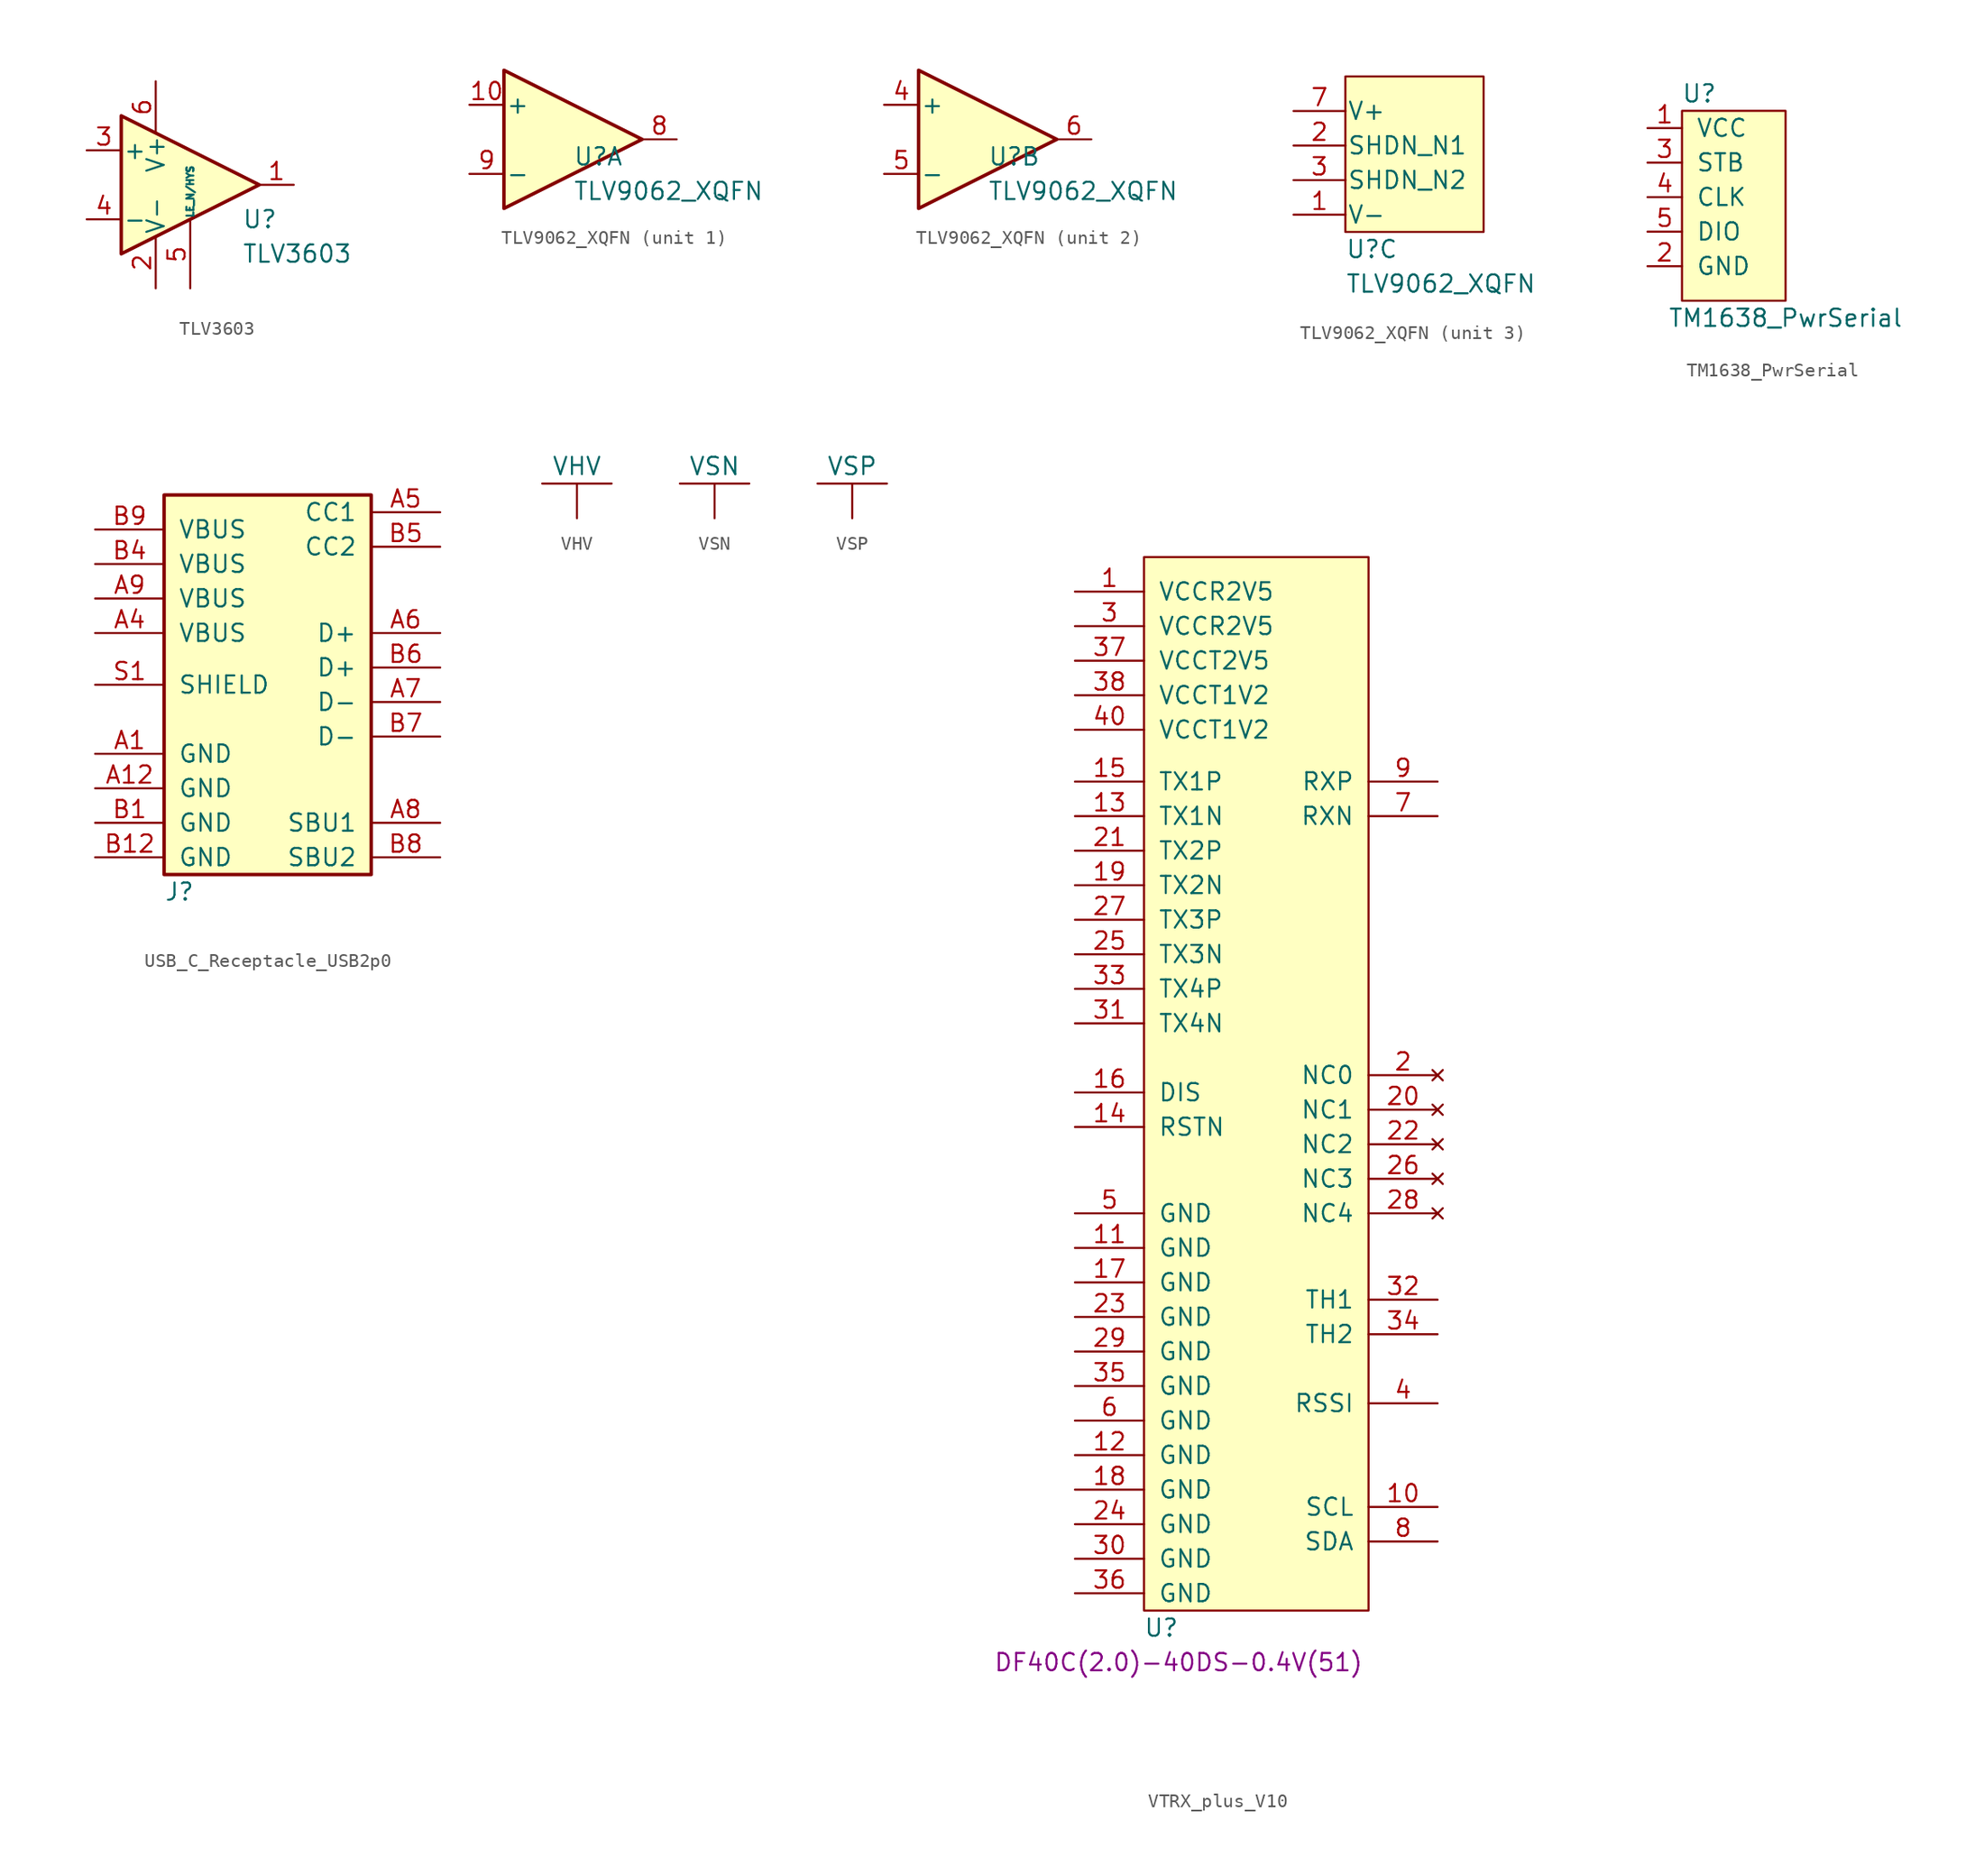
<source format=kicad_sym>
(kicad_symbol_lib
  (version 20220914)
  (generator kicad_symbol_editor)
  (symbol "TLV3603"
    (pin_names
      (offset 0.127))
    (property "Reference" "U"
      (at 3.81 -2.54 0)
      (effects (font (size 1.27 1.27)) (justify left)))
    (property "Value" "TLV3603"
      (at 3.81 -5.08 0)
      (effects (font (size 1.27 1.27)) (justify left)))
    (symbol "TLV3603_0_1"
      (polyline (pts (xy 5.08 0) (xy -5.08 5.08) (xy -5.08 -5.08) (xy 5.08 0)) (stroke (width 0.254) (type solid)) (fill (type background))))
    (symbol "TLV3603_1_1"
      (pin output line (at 7.62 0 180) (length 2.54) (name "~" (effects (font (size 1.27 1.27)))) (number "1" (effects (font (size 1.27 1.27)))))
      (pin power_in line (at -2.54 -7.62 90) (length 3.81) (name "V-" (effects (font (size 1.27 1.27)))) (number "2" (effects (font (size 1.27 1.27)))))
      (pin input line (at -7.62 2.54 0) (length 2.54) (name "+" (effects (font (size 1.27 1.27)))) (number "3" (effects (font (size 1.27 1.27)))))
      (pin input line (at -7.62 -2.54 0) (length 2.54) (name "-" (effects (font (size 1.27 1.27)))) (number "4" (effects (font (size 1.27 1.27)))))
      (pin input line (at 0 -7.62 90) (length 5.004) (name "LE_N/HYS" (effects (font (size 0.508 0.508)))) (number "5" (effects (font (size 1.27 1.27)))))
      (pin power_in line (at -2.54 7.62 270) (length 3.81) (name "V+" (effects (font (size 1.27 1.27)))) (number "6" (effects (font (size 1.27 1.27)))))))
  (symbol "TLV9062_XQFN"
    (pin_names
      (offset 0.127))
    (property "Reference" "U"
      (at 0 -1.27 0)
      (effects (font (size 1.27 1.27)) (justify left)))
    (property "Value" "TLV9062_XQFN"
      (at 0 -3.81 0)
      (effects (font (size 1.27 1.27)) (justify left)))
    (property "ki_locked" ""
      (at 0 0 0)
      (effects (font (size 1.27 1.27))))
    (symbol "TLV9062_XQFN_1_1"
      (polyline (pts (xy -5.08 5.08) (xy 5.08 0) (xy -5.08 -5.08) (xy -5.08 5.08)) (stroke (width 0.254) (type solid)) (fill (type background)))
      (pin input line (at -7.62 2.54 0) (length 2.54) (name "+" (effects (font (size 1.27 1.27)))) (number "10" (effects (font (size 1.27 1.27)))))
      (pin output line (at 7.62 0 180) (length 2.54) (name "~" (effects (font (size 1.27 1.27)))) (number "8" (effects (font (size 1.27 1.27)))))
      (pin input line (at -7.62 -2.54 0) (length 2.54) (name "-" (effects (font (size 1.27 1.27)))) (number "9" (effects (font (size 1.27 1.27))))))
    (symbol "TLV9062_XQFN_2_1"
      (polyline (pts (xy -5.08 5.08) (xy 5.08 0) (xy -5.08 -5.08) (xy -5.08 5.08)) (stroke (width 0.254) (type solid)) (fill (type background)))
      (pin input line (at -7.62 2.54 0) (length 2.54) (name "+" (effects (font (size 1.27 1.27)))) (number "4" (effects (font (size 1.27 1.27)))))
      (pin input line (at -7.62 -2.54 0) (length 2.54) (name "-" (effects (font (size 1.27 1.27)))) (number "5" (effects (font (size 1.27 1.27)))))
      (pin output line (at 7.62 0 180) (length 2.54) (name "~" (effects (font (size 1.27 1.27)))) (number "6" (effects (font (size 1.27 1.27))))))
    (symbol "TLV9062_XQFN_3_1"
      (rectangle (start 0 11.43) (end 10.16 0) (stroke (width 0) (type solid)) (fill (type background)))
      (pin power_in line (at -3.81 1.27 0) (length 3.81) (name "V-" (effects (font (size 1.27 1.27)))) (number "1" (effects (font (size 1.27 1.27)))))
      (pin power_in line (at -3.81 6.35 0) (length 3.81) (name "SHDN_N1" (effects (font (size 1.27 1.27)))) (number "2" (effects (font (size 1.27 1.27)))))
      (pin power_in line (at -3.81 3.81 0) (length 3.81) (name "SHDN_N2" (effects (font (size 1.27 1.27)))) (number "3" (effects (font (size 1.27 1.27)))))
      (pin power_in line (at -3.81 8.89 0) (length 3.81) (name "V+" (effects (font (size 1.27 1.27)))) (number "7" (effects (font (size 1.27 1.27)))))))
  (symbol "TM1638_PwrSerial"
    (pin_names
      (offset 1.016))
    (property "Reference" "U"
      (at -2.54 8.89 0)
      (effects (font (size 1.27 1.27))))
    (property "Value" "TM1638_PwrSerial"
      (at 3.81 -7.62 0)
      (effects (font (size 1.27 1.27))))
    (symbol "TM1638_PwrSerial_0_1"
      (rectangle (start -3.81 7.62) (end 3.81 -6.35) (stroke (width 0) (type solid)) (fill (type background))))
    (symbol "TM1638_PwrSerial_1_1"
      (pin power_in line (at -6.35 6.35 0) (length 2.54) (name "VCC" (effects (font (size 1.27 1.27)))) (number "1" (effects (font (size 1.27 1.27)))))
      (pin power_in line (at -6.35 -3.81 0) (length 2.54) (name "GND" (effects (font (size 1.27 1.27)))) (number "2" (effects (font (size 1.27 1.27)))))
      (pin input line (at -6.35 3.81 0) (length 2.54) (name "STB" (effects (font (size 1.27 1.27)))) (number "3" (effects (font (size 1.27 1.27)))))
      (pin input line (at -6.35 1.27 0) (length 2.54) (name "CLK" (effects (font (size 1.27 1.27)))) (number "4" (effects (font (size 1.27 1.27)))))
      (pin bidirectional line (at -6.35 -1.27 0) (length 2.54) (name "DIO" (effects (font (size 1.27 1.27)))) (number "5" (effects (font (size 1.27 1.27)))))))
  (symbol "USB_C_Receptacle_USB2p0"
    (pin_names
      (offset 1.016))
    (property "Reference" "J"
      (at 0 -1.27 0)
      (effects (font (size 1.27 1.27)) (justify left)))
    (symbol "USB_C_Receptacle_USB2p0_0_1"
      (rectangle (start 0 27.94) (end 15.24 0) (stroke (width 0.254) (type solid)) (fill (type background))))
    (symbol "USB_C_Receptacle_USB2p0_1_1"
      (pin passive line (at -5.08 8.89 0) (length 5.08) (name "GND" (effects (font (size 1.27 1.27)))) (number "A1" (effects (font (size 1.27 1.27)))))
      (pin passive line (at -5.08 6.35 0) (length 5.08) (name "GND" (effects (font (size 1.27 1.27)))) (number "A12" (effects (font (size 1.27 1.27)))))
      (pin passive line (at -5.08 17.78 0) (length 5.08) (name "VBUS" (effects (font (size 1.27 1.27)))) (number "A4" (effects (font (size 1.27 1.27)))))
      (pin bidirectional line (at 20.32 26.67 180) (length 5.08) (name "CC1" (effects (font (size 1.27 1.27)))) (number "A5" (effects (font (size 1.27 1.27)))))
      (pin bidirectional line (at 20.32 17.78 180) (length 5.08) (name "D+" (effects (font (size 1.27 1.27)))) (number "A6" (effects (font (size 1.27 1.27)))))
      (pin bidirectional line (at 20.32 12.7 180) (length 5.08) (name "D-" (effects (font (size 1.27 1.27)))) (number "A7" (effects (font (size 1.27 1.27)))))
      (pin bidirectional line (at 20.32 3.81 180) (length 5.08) (name "SBU1" (effects (font (size 1.27 1.27)))) (number "A8" (effects (font (size 1.27 1.27)))))
      (pin passive line (at -5.08 20.32 0) (length 5.08) (name "VBUS" (effects (font (size 1.27 1.27)))) (number "A9" (effects (font (size 1.27 1.27)))))
      (pin passive line (at -5.08 3.81 0) (length 5.08) (name "GND" (effects (font (size 1.27 1.27)))) (number "B1" (effects (font (size 1.27 1.27)))))
      (pin passive line (at -5.08 1.27 0) (length 5.08) (name "GND" (effects (font (size 1.27 1.27)))) (number "B12" (effects (font (size 1.27 1.27)))))
      (pin passive line (at -5.08 22.86 0) (length 5.08) (name "VBUS" (effects (font (size 1.27 1.27)))) (number "B4" (effects (font (size 1.27 1.27)))))
      (pin bidirectional line (at 20.32 24.13 180) (length 5.08) (name "CC2" (effects (font (size 1.27 1.27)))) (number "B5" (effects (font (size 1.27 1.27)))))
      (pin bidirectional line (at 20.32 15.24 180) (length 5.08) (name "D+" (effects (font (size 1.27 1.27)))) (number "B6" (effects (font (size 1.27 1.27)))))
      (pin bidirectional line (at 20.32 10.16 180) (length 5.08) (name "D-" (effects (font (size 1.27 1.27)))) (number "B7" (effects (font (size 1.27 1.27)))))
      (pin bidirectional line (at 20.32 1.27 180) (length 5.08) (name "SBU2" (effects (font (size 1.27 1.27)))) (number "B8" (effects (font (size 1.27 1.27)))))
      (pin passive line (at -5.08 25.4 0) (length 5.08) (name "VBUS" (effects (font (size 1.27 1.27)))) (number "B9" (effects (font (size 1.27 1.27)))))
      (pin passive line (at -5.08 13.97 0) (length 5.08) (name "SHIELD" (effects (font (size 1.27 1.27)))) (number "S1" (effects (font (size 1.27 1.27)))))))
  (symbol "VHV"
    (power)
    (pin_numbers hide)
    (pin_names
      (offset 0) hide)
    (property "Reference" "#PWR"
      (at 0 0 0)
      (effects (font (size 1.27 1.27)) hide))
    (property "Value" "VHV"
      (at 0 3.81 0)
      (effects (font (size 1.27 1.27))))
    (symbol "VHV_0_1"
      (polyline (pts (xy -2.54 2.54) (xy 2.54 2.54)) (stroke (width 0) (type solid)) (fill (type none))))
    (symbol "VHV_1_1"
      (pin power_in line (at 0 0 90) (length 2.54) (name "VHV" (effects (font (size 1.27 1.27)))) (number "1" (effects (font (size 1.27 1.27)))))))
  (symbol "VSN"
    (power)
    (pin_numbers hide)
    (pin_names
      (offset 0) hide)
    (property "Reference" "#PWR"
      (at 0 0 0)
      (effects (font (size 1.27 1.27)) hide))
    (property "Value" "VSN"
      (at 0 3.81 0)
      (effects (font (size 1.27 1.27))))
    (symbol "VSN_0_1"
      (polyline (pts (xy -2.54 2.54) (xy 2.54 2.54)) (stroke (width 0) (type solid)) (fill (type none))))
    (symbol "VSN_1_1"
      (pin power_in line (at 0 0 90) (length 2.54) (name "VHV" (effects (font (size 1.27 1.27)))) (number "1" (effects (font (size 1.27 1.27)))))))
  (symbol "VSP"
    (power)
    (pin_numbers hide)
    (pin_names
      (offset 0) hide)
    (property "Reference" "#PWR"
      (at 0 0 0)
      (effects (font (size 1.27 1.27)) hide))
    (property "Value" "VSP"
      (at 0 3.81 0)
      (effects (font (size 1.27 1.27))))
    (symbol "VSP_0_1"
      (polyline (pts (xy -2.54 2.54) (xy 2.54 2.54)) (stroke (width 0) (type solid)) (fill (type none))))
    (symbol "VSP_1_1"
      (pin power_in line (at 0 0 90) (length 2.54) (name "VHV" (effects (font (size 1.27 1.27)))) (number "1" (effects (font (size 1.27 1.27)))))))
  (symbol "VTRX_plus_V10"
    (pin_names
      (offset 1.016))
    (property "Reference" "U"
      (at 1.27 -1.27 0)
      (effects (font (size 1.27 1.27))))
    (property "Manufacturer Part Number" "DF40C(2.0)-40DS-0.4V(51)"
      (at 2.54 -3.81 0)
      (effects (font (size 1.27 1.27))))
    (symbol "VTRX_plus_V10_0_0"
      (pin power_in line (at -5.08 74.93 0) (length 5.08) (name "VCCR2V5" (effects (font (size 1.27 1.27)))) (number "1" (effects (font (size 1.27 1.27)))))
      (pin bidirectional line (at 21.59 7.62 180) (length 5.08) (name "SCL" (effects (font (size 1.27 1.27)))) (number "10" (effects (font (size 1.27 1.27)))))
      (pin power_out line (at -5.08 26.67 0) (length 5.08) (name "GND" (effects (font (size 1.27 1.27)))) (number "11" (effects (font (size 1.27 1.27)))))
      (pin power_out line (at -5.08 11.43 0) (length 5.08) (name "GND" (effects (font (size 1.27 1.27)))) (number "12" (effects (font (size 1.27 1.27)))))
      (pin input line (at -5.08 58.42 0) (length 5.08) (name "TX1N" (effects (font (size 1.27 1.27)))) (number "13" (effects (font (size 1.27 1.27)))))
      (pin input line (at -5.08 35.56 0) (length 5.08) (name "RSTN" (effects (font (size 1.27 1.27)))) (number "14" (effects (font (size 1.27 1.27)))))
      (pin input line (at -5.08 60.96 0) (length 5.08) (name "TX1P" (effects (font (size 1.27 1.27)))) (number "15" (effects (font (size 1.27 1.27)))))
      (pin input line (at -5.08 38.1 0) (length 5.08) (name "DIS" (effects (font (size 1.27 1.27)))) (number "16" (effects (font (size 1.27 1.27)))))
      (pin power_out line (at -5.08 24.13 0) (length 5.08) (name "GND" (effects (font (size 1.27 1.27)))) (number "17" (effects (font (size 1.27 1.27)))))
      (pin power_out line (at -5.08 8.89 0) (length 5.08) (name "GND" (effects (font (size 1.27 1.27)))) (number "18" (effects (font (size 1.27 1.27)))))
      (pin input line (at -5.08 53.34 0) (length 5.08) (name "TX2N" (effects (font (size 1.27 1.27)))) (number "19" (effects (font (size 1.27 1.27)))))
      (pin no_connect line (at 21.59 39.37 180) (length 5.08) (name "NC0" (effects (font (size 1.27 1.27)))) (number "2" (effects (font (size 1.27 1.27)))))
      (pin no_connect line (at 21.59 36.83 180) (length 5.08) (name "NC1" (effects (font (size 1.27 1.27)))) (number "20" (effects (font (size 1.27 1.27)))))
      (pin input line (at -5.08 55.88 0) (length 5.08) (name "TX2P" (effects (font (size 1.27 1.27)))) (number "21" (effects (font (size 1.27 1.27)))))
      (pin no_connect line (at 21.59 34.29 180) (length 5.08) (name "NC2" (effects (font (size 1.27 1.27)))) (number "22" (effects (font (size 1.27 1.27)))))
      (pin power_out line (at -5.08 21.59 0) (length 5.08) (name "GND" (effects (font (size 1.27 1.27)))) (number "23" (effects (font (size 1.27 1.27)))))
      (pin power_out line (at -5.08 6.35 0) (length 5.08) (name "GND" (effects (font (size 1.27 1.27)))) (number "24" (effects (font (size 1.27 1.27)))))
      (pin input line (at -5.08 48.26 0) (length 5.08) (name "TX3N" (effects (font (size 1.27 1.27)))) (number "25" (effects (font (size 1.27 1.27)))))
      (pin no_connect line (at 21.59 31.75 180) (length 5.08) (name "NC3" (effects (font (size 1.27 1.27)))) (number "26" (effects (font (size 1.27 1.27)))))
      (pin input line (at -5.08 50.8 0) (length 5.08) (name "TX3P" (effects (font (size 1.27 1.27)))) (number "27" (effects (font (size 1.27 1.27)))))
      (pin no_connect line (at 21.59 29.21 180) (length 5.08) (name "NC4" (effects (font (size 1.27 1.27)))) (number "28" (effects (font (size 1.27 1.27)))))
      (pin power_out line (at -5.08 19.05 0) (length 5.08) (name "GND" (effects (font (size 1.27 1.27)))) (number "29" (effects (font (size 1.27 1.27)))))
      (pin power_in line (at -5.08 72.39 0) (length 5.08) (name "VCCR2V5" (effects (font (size 1.27 1.27)))) (number "3" (effects (font (size 1.27 1.27)))))
      (pin power_out line (at -5.08 3.81 0) (length 5.08) (name "GND" (effects (font (size 1.27 1.27)))) (number "30" (effects (font (size 1.27 1.27)))))
      (pin input line (at -5.08 43.18 0) (length 5.08) (name "TX4N" (effects (font (size 1.27 1.27)))) (number "31" (effects (font (size 1.27 1.27)))))
      (pin bidirectional line (at 21.59 22.86 180) (length 5.08) (name "TH1" (effects (font (size 1.27 1.27)))) (number "32" (effects (font (size 1.27 1.27)))))
      (pin input line (at -5.08 45.72 0) (length 5.08) (name "TX4P" (effects (font (size 1.27 1.27)))) (number "33" (effects (font (size 1.27 1.27)))))
      (pin bidirectional line (at 21.59 20.32 180) (length 5.08) (name "TH2" (effects (font (size 1.27 1.27)))) (number "34" (effects (font (size 1.27 1.27)))))
      (pin power_out line (at -5.08 16.51 0) (length 5.08) (name "GND" (effects (font (size 1.27 1.27)))) (number "35" (effects (font (size 1.27 1.27)))))
      (pin power_out line (at -5.08 1.27 0) (length 5.08) (name "GND" (effects (font (size 1.27 1.27)))) (number "36" (effects (font (size 1.27 1.27)))))
      (pin power_in line (at -5.08 69.85 0) (length 5.08) (name "VCCT2V5" (effects (font (size 1.27 1.27)))) (number "37" (effects (font (size 1.27 1.27)))))
      (pin power_in line (at -5.08 67.31 0) (length 5.08) (name "VCCT1V2" (effects (font (size 1.27 1.27)))) (number "38" (effects (font (size 1.27 1.27)))))
      (pin output line (at 21.59 15.24 180) (length 5.08) (name "RSSI" (effects (font (size 1.27 1.27)))) (number "4" (effects (font (size 1.27 1.27)))))
      (pin power_in line (at -5.08 64.77 0) (length 5.08) (name "VCCT1V2" (effects (font (size 1.27 1.27)))) (number "40" (effects (font (size 1.27 1.27)))))
      (pin power_out line (at -5.08 29.21 0) (length 5.08) (name "GND" (effects (font (size 1.27 1.27)))) (number "5" (effects (font (size 1.27 1.27)))))
      (pin power_out line (at -5.08 13.97 0) (length 5.08) (name "GND" (effects (font (size 1.27 1.27)))) (number "6" (effects (font (size 1.27 1.27)))))
      (pin output line (at 21.59 58.42 180) (length 5.08) (name "RXN" (effects (font (size 1.27 1.27)))) (number "7" (effects (font (size 1.27 1.27)))))
      (pin bidirectional line (at 21.59 5.08 180) (length 5.08) (name "SDA" (effects (font (size 1.27 1.27)))) (number "8" (effects (font (size 1.27 1.27)))))
      (pin output line (at 21.59 60.96 180) (length 5.08) (name "RXP" (effects (font (size 1.27 1.27)))) (number "9" (effects (font (size 1.27 1.27))))))
    (symbol "VTRX_plus_V10_1_1"
      (rectangle (start 0 77.47) (end 16.51 0) (stroke (width 0) (type solid)) (fill (type background))))))
</source>
